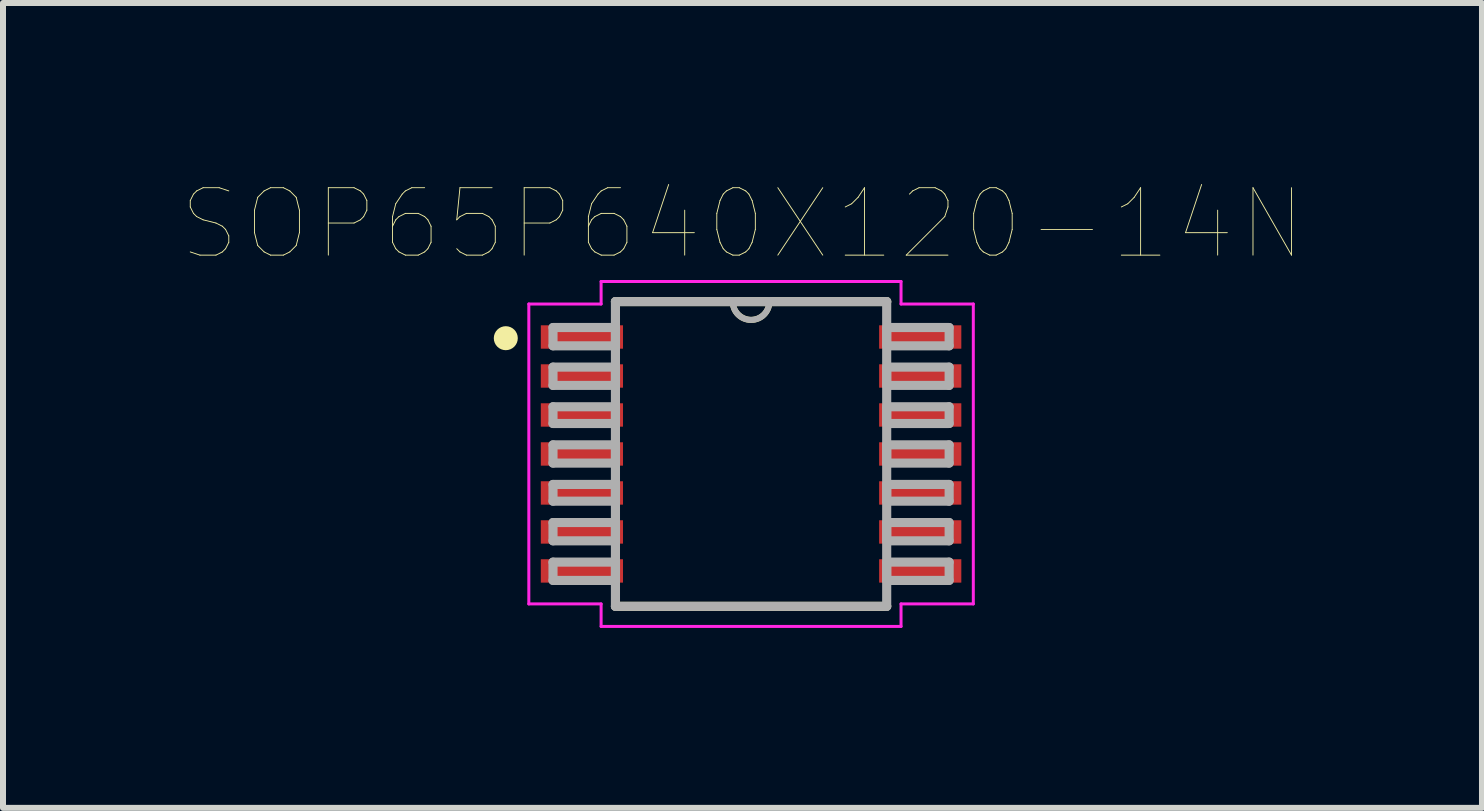
<source format=kicad_pcb>
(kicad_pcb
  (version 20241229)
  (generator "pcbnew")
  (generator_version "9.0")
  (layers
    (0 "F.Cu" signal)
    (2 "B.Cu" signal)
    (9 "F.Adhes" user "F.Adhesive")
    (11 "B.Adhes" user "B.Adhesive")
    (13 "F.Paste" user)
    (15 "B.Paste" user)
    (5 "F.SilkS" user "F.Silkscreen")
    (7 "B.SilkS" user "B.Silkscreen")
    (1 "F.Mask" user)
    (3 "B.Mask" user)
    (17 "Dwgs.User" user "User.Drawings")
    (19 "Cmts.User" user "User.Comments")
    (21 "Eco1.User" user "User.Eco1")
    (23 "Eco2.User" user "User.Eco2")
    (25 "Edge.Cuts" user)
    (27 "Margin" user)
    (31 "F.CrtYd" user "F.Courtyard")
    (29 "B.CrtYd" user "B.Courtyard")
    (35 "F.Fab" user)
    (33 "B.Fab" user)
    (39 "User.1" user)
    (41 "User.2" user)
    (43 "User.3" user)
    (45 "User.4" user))
  (footprint "SOP65P640X120-14N"
    (layer "F.Cu")
    (at 9.471 4.518)
    (property "Reference" "SOP65P640X120-14N" (at -0.143 -3.834 0) (layer "F.SilkS") (effects (font (size 1.124 1.124) (thickness 0.015))))
    (attr through_hole)
    (fp_line (start -2.261 2.54) (end 2.261 2.54) (stroke (width 0.152) (type solid)) (layer "F.SilkS"))
    (fp_line (start -0.305 -2.54) (end -2.261 -2.54) (stroke (width 0.152) (type solid)) (layer "F.SilkS"))
    (fp_line (start 0.305 -2.54) (end -0.305 -2.54) (stroke (width 0.152) (type solid)) (layer "F.SilkS"))
    (fp_line (start 2.261 -2.54) (end 0.305 -2.54) (stroke (width 0.152) (type solid)) (layer "F.SilkS"))
    (fp_arc (start 0.3048 -2.54) (mid 0 -2.2352) (end -0.3048 -2.54) (stroke (width 0.1) (type solid)) (layer "F.SilkS"))
    (fp_circle (center -4.089 -1.93) (end -3.989 -1.93) (stroke (width 0.2) (type solid)) (fill no) (layer "F.SilkS"))
    (fp_line (start -3.705 -2.5) (end -2.5 -2.5) (stroke (width 0.05) (type solid)) (layer "F.CrtYd"))
    (fp_line (start -3.705 2.5) (end -3.705 -2.5) (stroke (width 0.05) (type solid)) (layer "F.CrtYd"))
    (fp_line (start -2.5 -2.875) (end 2.5 -2.875) (stroke (width 0.05) (type solid)) (layer "F.CrtYd"))
    (fp_line (start -2.5 -2.5) (end -2.5 -2.875) (stroke (width 0.05) (type solid)) (layer "F.CrtYd"))
    (fp_line (start -2.5 2.5) (end -3.705 2.5) (stroke (width 0.05) (type solid)) (layer "F.CrtYd"))
    (fp_line (start -2.5 2.875) (end -2.5 2.5) (stroke (width 0.05) (type solid)) (layer "F.CrtYd"))
    (fp_line (start 2.5 -2.875) (end 2.5 -2.5) (stroke (width 0.05) (type solid)) (layer "F.CrtYd"))
    (fp_line (start 2.5 -2.5) (end 3.705 -2.5) (stroke (width 0.05) (type solid)) (layer "F.CrtYd"))
    (fp_line (start 2.5 2.5) (end 2.5 2.875) (stroke (width 0.05) (type solid)) (layer "F.CrtYd"))
    (fp_line (start 2.5 2.875) (end -2.5 2.875) (stroke (width 0.05) (type solid)) (layer "F.CrtYd"))
    (fp_line (start 3.705 -2.5) (end 3.705 2.5) (stroke (width 0.05) (type solid)) (layer "F.CrtYd"))
    (fp_line (start 3.705 2.5) (end 2.5 2.5) (stroke (width 0.05) (type solid)) (layer "F.CrtYd"))
    (fp_line (start -3.302 -2.108) (end -3.302 -1.803) (stroke (width 0.152) (type solid)) (layer "F.Fab"))
    (fp_line (start -3.302 -1.803) (end -2.261 -1.803) (stroke (width 0.152) (type solid)) (layer "F.Fab"))
    (fp_line (start -3.302 -1.448) (end -3.302 -1.143) (stroke (width 0.152) (type solid)) (layer "F.Fab"))
    (fp_line (start -3.302 -1.143) (end -2.261 -1.143) (stroke (width 0.152) (type solid)) (layer "F.Fab"))
    (fp_line (start -3.302 -0.787) (end -3.302 -0.508) (stroke (width 0.152) (type solid)) (layer "F.Fab"))
    (fp_line (start -3.302 -0.508) (end -2.261 -0.508) (stroke (width 0.152) (type solid)) (layer "F.Fab"))
    (fp_line (start -3.302 -0.152) (end -3.302 0.152) (stroke (width 0.152) (type solid)) (layer "F.Fab"))
    (fp_line (start -3.302 0.152) (end -2.261 0.152) (stroke (width 0.152) (type solid)) (layer "F.Fab"))
    (fp_line (start -3.302 0.508) (end -3.302 0.787) (stroke (width 0.152) (type solid)) (layer "F.Fab"))
    (fp_line (start -3.302 0.787) (end -2.261 0.787) (stroke (width 0.152) (type solid)) (layer "F.Fab"))
    (fp_line (start -3.302 1.143) (end -3.302 1.448) (stroke (width 0.152) (type solid)) (layer "F.Fab"))
    (fp_line (start -3.302 1.448) (end -2.261 1.448) (stroke (width 0.152) (type solid)) (layer "F.Fab"))
    (fp_line (start -3.302 1.803) (end -3.302 2.108) (stroke (width 0.152) (type solid)) (layer "F.Fab"))
    (fp_line (start -3.302 2.108) (end -2.261 2.108) (stroke (width 0.152) (type solid)) (layer "F.Fab"))
    (fp_line (start -2.261 -2.54) (end -2.261 2.54) (stroke (width 0.152) (type solid)) (layer "F.Fab"))
    (fp_line (start -2.261 -2.108) (end -3.302 -2.108) (stroke (width 0.152) (type solid)) (layer "F.Fab"))
    (fp_line (start -2.261 -1.803) (end -2.261 -2.108) (stroke (width 0.152) (type solid)) (layer "F.Fab"))
    (fp_line (start -2.261 -1.448) (end -3.302 -1.448) (stroke (width 0.152) (type solid)) (layer "F.Fab"))
    (fp_line (start -2.261 -1.143) (end -2.261 -1.448) (stroke (width 0.152) (type solid)) (layer "F.Fab"))
    (fp_line (start -2.261 -0.787) (end -3.302 -0.787) (stroke (width 0.152) (type solid)) (layer "F.Fab"))
    (fp_line (start -2.261 -0.508) (end -2.261 -0.787) (stroke (width 0.152) (type solid)) (layer "F.Fab"))
    (fp_line (start -2.261 -0.152) (end -3.302 -0.152) (stroke (width 0.152) (type solid)) (layer "F.Fab"))
    (fp_line (start -2.261 0.152) (end -2.261 -0.152) (stroke (width 0.152) (type solid)) (layer "F.Fab"))
    (fp_line (start -2.261 0.508) (end -3.302 0.508) (stroke (width 0.152) (type solid)) (layer "F.Fab"))
    (fp_line (start -2.261 0.787) (end -2.261 0.508) (stroke (width 0.152) (type solid)) (layer "F.Fab"))
    (fp_line (start -2.261 1.143) (end -3.302 1.143) (stroke (width 0.152) (type solid)) (layer "F.Fab"))
    (fp_line (start -2.261 1.448) (end -2.261 1.143) (stroke (width 0.152) (type solid)) (layer "F.Fab"))
    (fp_line (start -2.261 1.803) (end -3.302 1.803) (stroke (width 0.152) (type solid)) (layer "F.Fab"))
    (fp_line (start -2.261 2.108) (end -2.261 1.803) (stroke (width 0.152) (type solid)) (layer "F.Fab"))
    (fp_line (start -2.261 2.54) (end 2.261 2.54) (stroke (width 0.152) (type solid)) (layer "F.Fab"))
    (fp_line (start -0.305 -2.54) (end -2.261 -2.54) (stroke (width 0.152) (type solid)) (layer "F.Fab"))
    (fp_line (start 0.305 -2.54) (end -0.305 -2.54) (stroke (width 0.152) (type solid)) (layer "F.Fab"))
    (fp_line (start 2.261 -2.54) (end 0.305 -2.54) (stroke (width 0.152) (type solid)) (layer "F.Fab"))
    (fp_line (start 2.261 -2.108) (end 2.261 -1.803) (stroke (width 0.152) (type solid)) (layer "F.Fab"))
    (fp_line (start 2.261 -1.803) (end 3.302 -1.803) (stroke (width 0.152) (type solid)) (layer "F.Fab"))
    (fp_line (start 2.261 -1.448) (end 2.261 -1.143) (stroke (width 0.152) (type solid)) (layer "F.Fab"))
    (fp_line (start 2.261 -1.143) (end 3.302 -1.143) (stroke (width 0.152) (type solid)) (layer "F.Fab"))
    (fp_line (start 2.261 -0.787) (end 2.261 -0.508) (stroke (width 0.152) (type solid)) (layer "F.Fab"))
    (fp_line (start 2.261 -0.508) (end 3.302 -0.508) (stroke (width 0.152) (type solid)) (layer "F.Fab"))
    (fp_line (start 2.261 -0.152) (end 2.261 0.152) (stroke (width 0.152) (type solid)) (layer "F.Fab"))
    (fp_line (start 2.261 0.152) (end 3.302 0.152) (stroke (width 0.152) (type solid)) (layer "F.Fab"))
    (fp_line (start 2.261 0.508) (end 2.261 0.787) (stroke (width 0.152) (type solid)) (layer "F.Fab"))
    (fp_line (start 2.261 0.787) (end 3.302 0.787) (stroke (width 0.152) (type solid)) (layer "F.Fab"))
    (fp_line (start 2.261 1.143) (end 2.261 1.448) (stroke (width 0.152) (type solid)) (layer "F.Fab"))
    (fp_line (start 2.261 1.448) (end 3.302 1.448) (stroke (width 0.152) (type solid)) (layer "F.Fab"))
    (fp_line (start 2.261 1.803) (end 2.261 2.108) (stroke (width 0.152) (type solid)) (layer "F.Fab"))
    (fp_line (start 2.261 2.108) (end 3.302 2.108) (stroke (width 0.152) (type solid)) (layer "F.Fab"))
    (fp_line (start 2.261 2.54) (end 2.261 -2.54) (stroke (width 0.152) (type solid)) (layer "F.Fab"))
    (fp_line (start 3.302 -2.108) (end 2.261 -2.108) (stroke (width 0.152) (type solid)) (layer "F.Fab"))
    (fp_line (start 3.302 -1.803) (end 3.302 -2.108) (stroke (width 0.152) (type solid)) (layer "F.Fab"))
    (fp_line (start 3.302 -1.448) (end 2.261 -1.448) (stroke (width 0.152) (type solid)) (layer "F.Fab"))
    (fp_line (start 3.302 -1.143) (end 3.302 -1.448) (stroke (width 0.152) (type solid)) (layer "F.Fab"))
    (fp_line (start 3.302 -0.787) (end 2.261 -0.787) (stroke (width 0.152) (type solid)) (layer "F.Fab"))
    (fp_line (start 3.302 -0.508) (end 3.302 -0.787) (stroke (width 0.152) (type solid)) (layer "F.Fab"))
    (fp_line (start 3.302 -0.152) (end 2.261 -0.152) (stroke (width 0.152) (type solid)) (layer "F.Fab"))
    (fp_line (start 3.302 0.152) (end 3.302 -0.152) (stroke (width 0.152) (type solid)) (layer "F.Fab"))
    (fp_line (start 3.302 0.508) (end 2.261 0.508) (stroke (width 0.152) (type solid)) (layer "F.Fab"))
    (fp_line (start 3.302 0.787) (end 3.302 0.508) (stroke (width 0.152) (type solid)) (layer "F.Fab"))
    (fp_line (start 3.302 1.143) (end 2.261 1.143) (stroke (width 0.152) (type solid)) (layer "F.Fab"))
    (fp_line (start 3.302 1.448) (end 3.302 1.143) (stroke (width 0.152) (type solid)) (layer "F.Fab"))
    (fp_line (start 3.302 1.803) (end 2.261 1.803) (stroke (width 0.152) (type solid)) (layer "F.Fab"))
    (fp_line (start 3.302 2.108) (end 3.302 1.803) (stroke (width 0.152) (type solid)) (layer "F.Fab"))
    (fp_arc (start 0.3048 -2.54) (mid 0 -2.2352) (end -0.3048 -2.54) (stroke (width 0.1) (type solid)) (layer "F.Fab"))
    (pad "1" smd rect (at -2.82 -1.95) (size 1.37 0.39) (layers "F.Cu" "F.Mask" "F.Paste"))
    (pad "2" smd rect (at -2.82 -1.3) (size 1.37 0.39) (layers "F.Cu" "F.Mask" "F.Paste"))
    (pad "3" smd rect (at -2.82 -0.65) (size 1.37 0.39) (layers "F.Cu" "F.Mask" "F.Paste"))
    (pad "4" smd rect (at -2.82 0) (size 1.37 0.39) (layers "F.Cu" "F.Mask" "F.Paste"))
    (pad "5" smd rect (at -2.82 0.65) (size 1.37 0.39) (layers "F.Cu" "F.Mask" "F.Paste"))
    (pad "6" smd rect (at -2.82 1.3) (size 1.37 0.39) (layers "F.Cu" "F.Mask" "F.Paste"))
    (pad "7" smd rect (at -2.82 1.95) (size 1.37 0.39) (layers "F.Cu" "F.Mask" "F.Paste"))
    (pad "8" smd rect (at 2.82 1.95) (size 1.37 0.39) (layers "F.Cu" "F.Mask" "F.Paste"))
    (pad "9" smd rect (at 2.82 1.3) (size 1.37 0.39) (layers "F.Cu" "F.Mask" "F.Paste"))
    (pad "10" smd rect (at 2.82 0.65) (size 1.37 0.39) (layers "F.Cu" "F.Mask" "F.Paste"))
    (pad "11" smd rect (at 2.82 0) (size 1.37 0.39) (layers "F.Cu" "F.Mask" "F.Paste"))
    (pad "12" smd rect (at 2.82 -0.65) (size 1.37 0.39) (layers "F.Cu" "F.Mask" "F.Paste"))
    (pad "13" smd rect (at 2.82 -1.3) (size 1.37 0.39) (layers "F.Cu" "F.Mask" "F.Paste"))
    (pad "14" smd rect (at 2.82 -1.95) (size 1.37 0.39) (layers "F.Cu" "F.Mask" "F.Paste")))
  (gr_rect
    (start -3 -3)
    (end 21.656 10.418)
    (stroke (width 0.1) (type default))
    (fill no)
    (layer "Edge.Cuts")))
</source>
